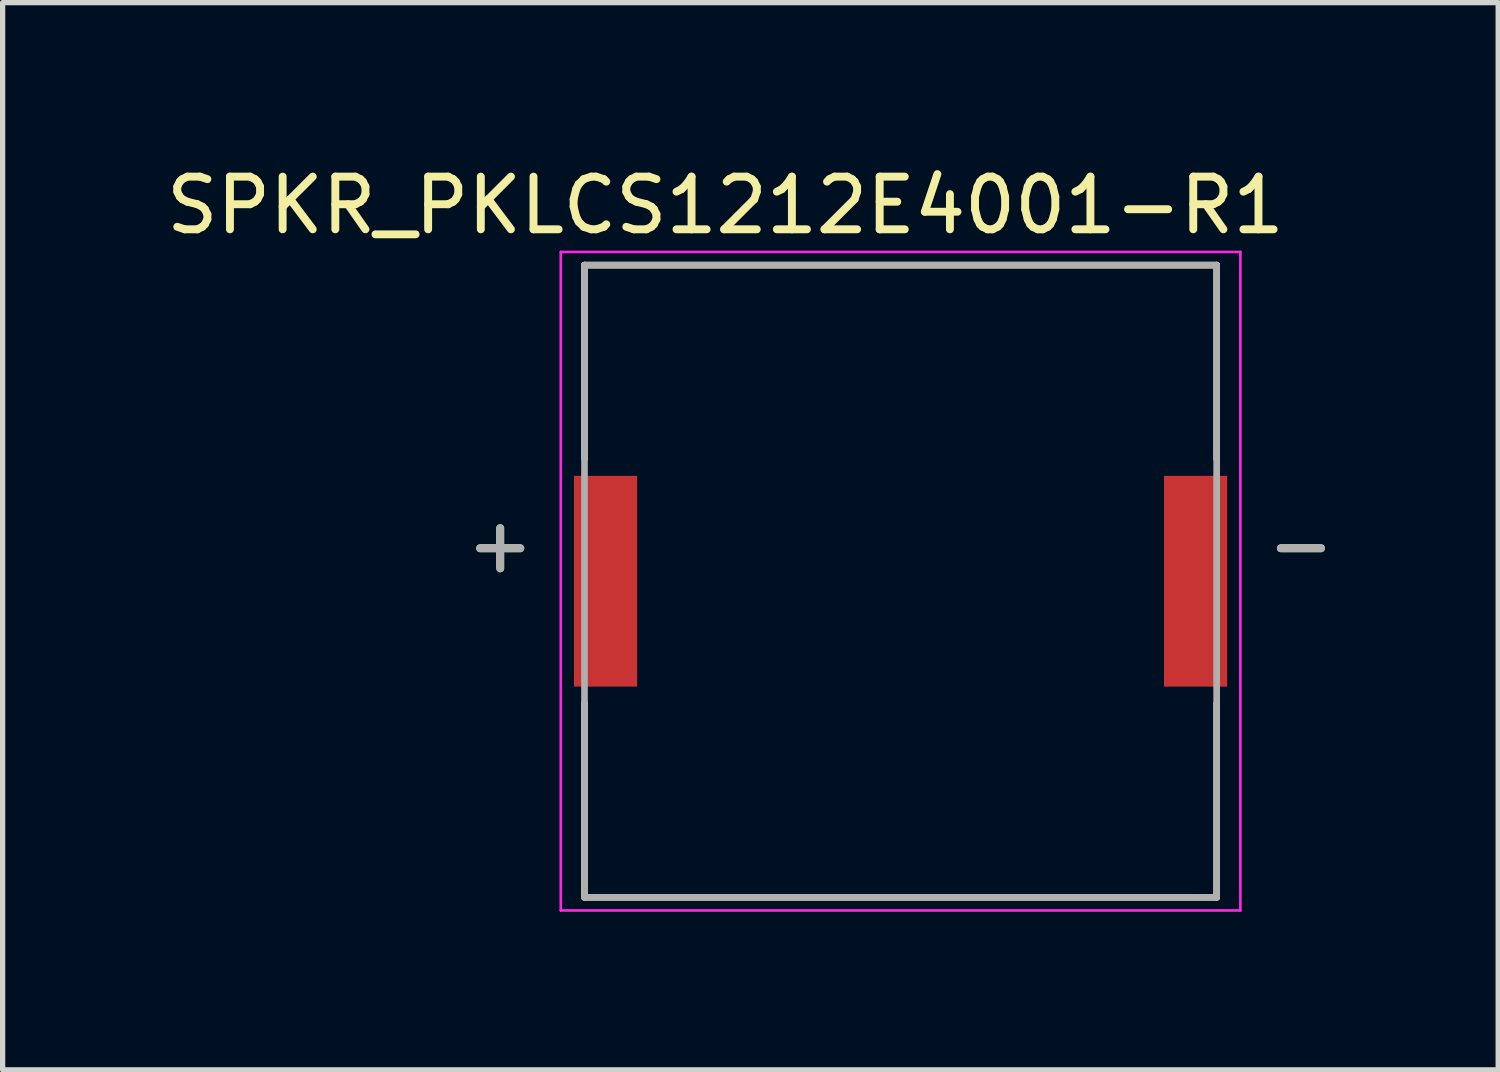
<source format=kicad_pcb>
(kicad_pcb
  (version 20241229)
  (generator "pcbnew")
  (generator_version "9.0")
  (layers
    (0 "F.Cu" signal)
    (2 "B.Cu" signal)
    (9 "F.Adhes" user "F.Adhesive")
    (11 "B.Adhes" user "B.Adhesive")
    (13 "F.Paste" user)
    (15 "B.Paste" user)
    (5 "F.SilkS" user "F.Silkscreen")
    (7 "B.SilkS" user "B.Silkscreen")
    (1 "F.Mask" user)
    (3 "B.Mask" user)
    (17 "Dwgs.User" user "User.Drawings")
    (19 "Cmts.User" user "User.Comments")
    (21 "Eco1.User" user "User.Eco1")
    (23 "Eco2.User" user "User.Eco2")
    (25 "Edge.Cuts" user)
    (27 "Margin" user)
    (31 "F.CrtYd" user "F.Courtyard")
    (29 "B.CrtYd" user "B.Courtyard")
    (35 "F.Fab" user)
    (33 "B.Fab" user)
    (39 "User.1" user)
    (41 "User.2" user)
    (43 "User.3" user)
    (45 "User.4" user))
  (footprint "SPKR_PKLCS1212E4001-R1"
    (layer "F.Cu")
    (at 14.045 7.983)
    (property "Reference" "SPKR_PKLCS1212E4001-R1" (at -3.325 -7.135 0) (layer "F.SilkS") (effects (font (size 1 1) (thickness 0.15))))
    (attr smd)
    (fp_line (start -6 -6) (end -6 -2.32) (stroke (width 0.127) (type solid)) (layer "F.SilkS"))
    (fp_line (start -6 -6) (end 6 -6) (stroke (width 0.127) (type solid)) (layer "F.SilkS"))
    (fp_line (start -6 6) (end -6 2.32) (stroke (width 0.127) (type solid)) (layer "F.SilkS"))
    (fp_line (start -6 6) (end 6 6) (stroke (width 0.127) (type solid)) (layer "F.SilkS"))
    (fp_line (start 6 -6) (end 6 -2.32) (stroke (width 0.127) (type solid)) (layer "F.SilkS"))
    (fp_line (start 6 6) (end 6 2.32) (stroke (width 0.127) (type solid)) (layer "F.SilkS"))
    (fp_line (start -6.45 -6.25) (end 6.45 -6.25) (stroke (width 0.05) (type solid)) (layer "F.CrtYd"))
    (fp_line (start -6.45 6.25) (end -6.45 -6.25) (stroke (width 0.05) (type solid)) (layer "F.CrtYd"))
    (fp_line (start 6.45 -6.25) (end 6.45 6.25) (stroke (width 0.05) (type solid)) (layer "F.CrtYd"))
    (fp_line (start 6.45 6.25) (end -6.45 6.25) (stroke (width 0.05) (type solid)) (layer "F.CrtYd"))
    (fp_line (start -6 -6) (end 6 -6) (stroke (width 0.127) (type solid)) (layer "F.Fab"))
    (fp_line (start -6 6) (end -6 -6) (stroke (width 0.127) (type solid)) (layer "F.Fab"))
    (fp_line (start 6 -6) (end 6 6) (stroke (width 0.127) (type solid)) (layer "F.Fab"))
    (fp_line (start 6 6) (end -6 6) (stroke (width 0.127) (type solid)) (layer "F.Fab"))
    (fp_text user "-" (at 7.6 -0.7 0) (layer "F.SilkS") (effects (font (size 1 1) (thickness 0.15))))
    (fp_text user "+" (at -7.6 -0.7 0) (layer "F.SilkS") (effects (font (size 1 1) (thickness 0.15))))
    (fp_text user "+" (at -7.6 -0.7 0) (layer "F.Fab") (effects (font (size 1 1) (thickness 0.15))))
    (fp_text user "-" (at 7.6 -0.7 0) (layer "F.Fab") (effects (font (size 1 1) (thickness 0.15))))
    (pad "N" smd rect (at 5.6 0) (size 1.2 4) (layers "F.Cu" "F.Mask" "F.Paste"))
    (pad "P" smd rect (at -5.6 0) (size 1.2 4) (layers "F.Cu" "F.Mask" "F.Paste")))
  (gr_rect
    (start -3 -3)
    (end 25.389 17.258)
    (stroke (width 0.1) (type default))
    (fill no)
    (layer "Edge.Cuts")))
</source>
